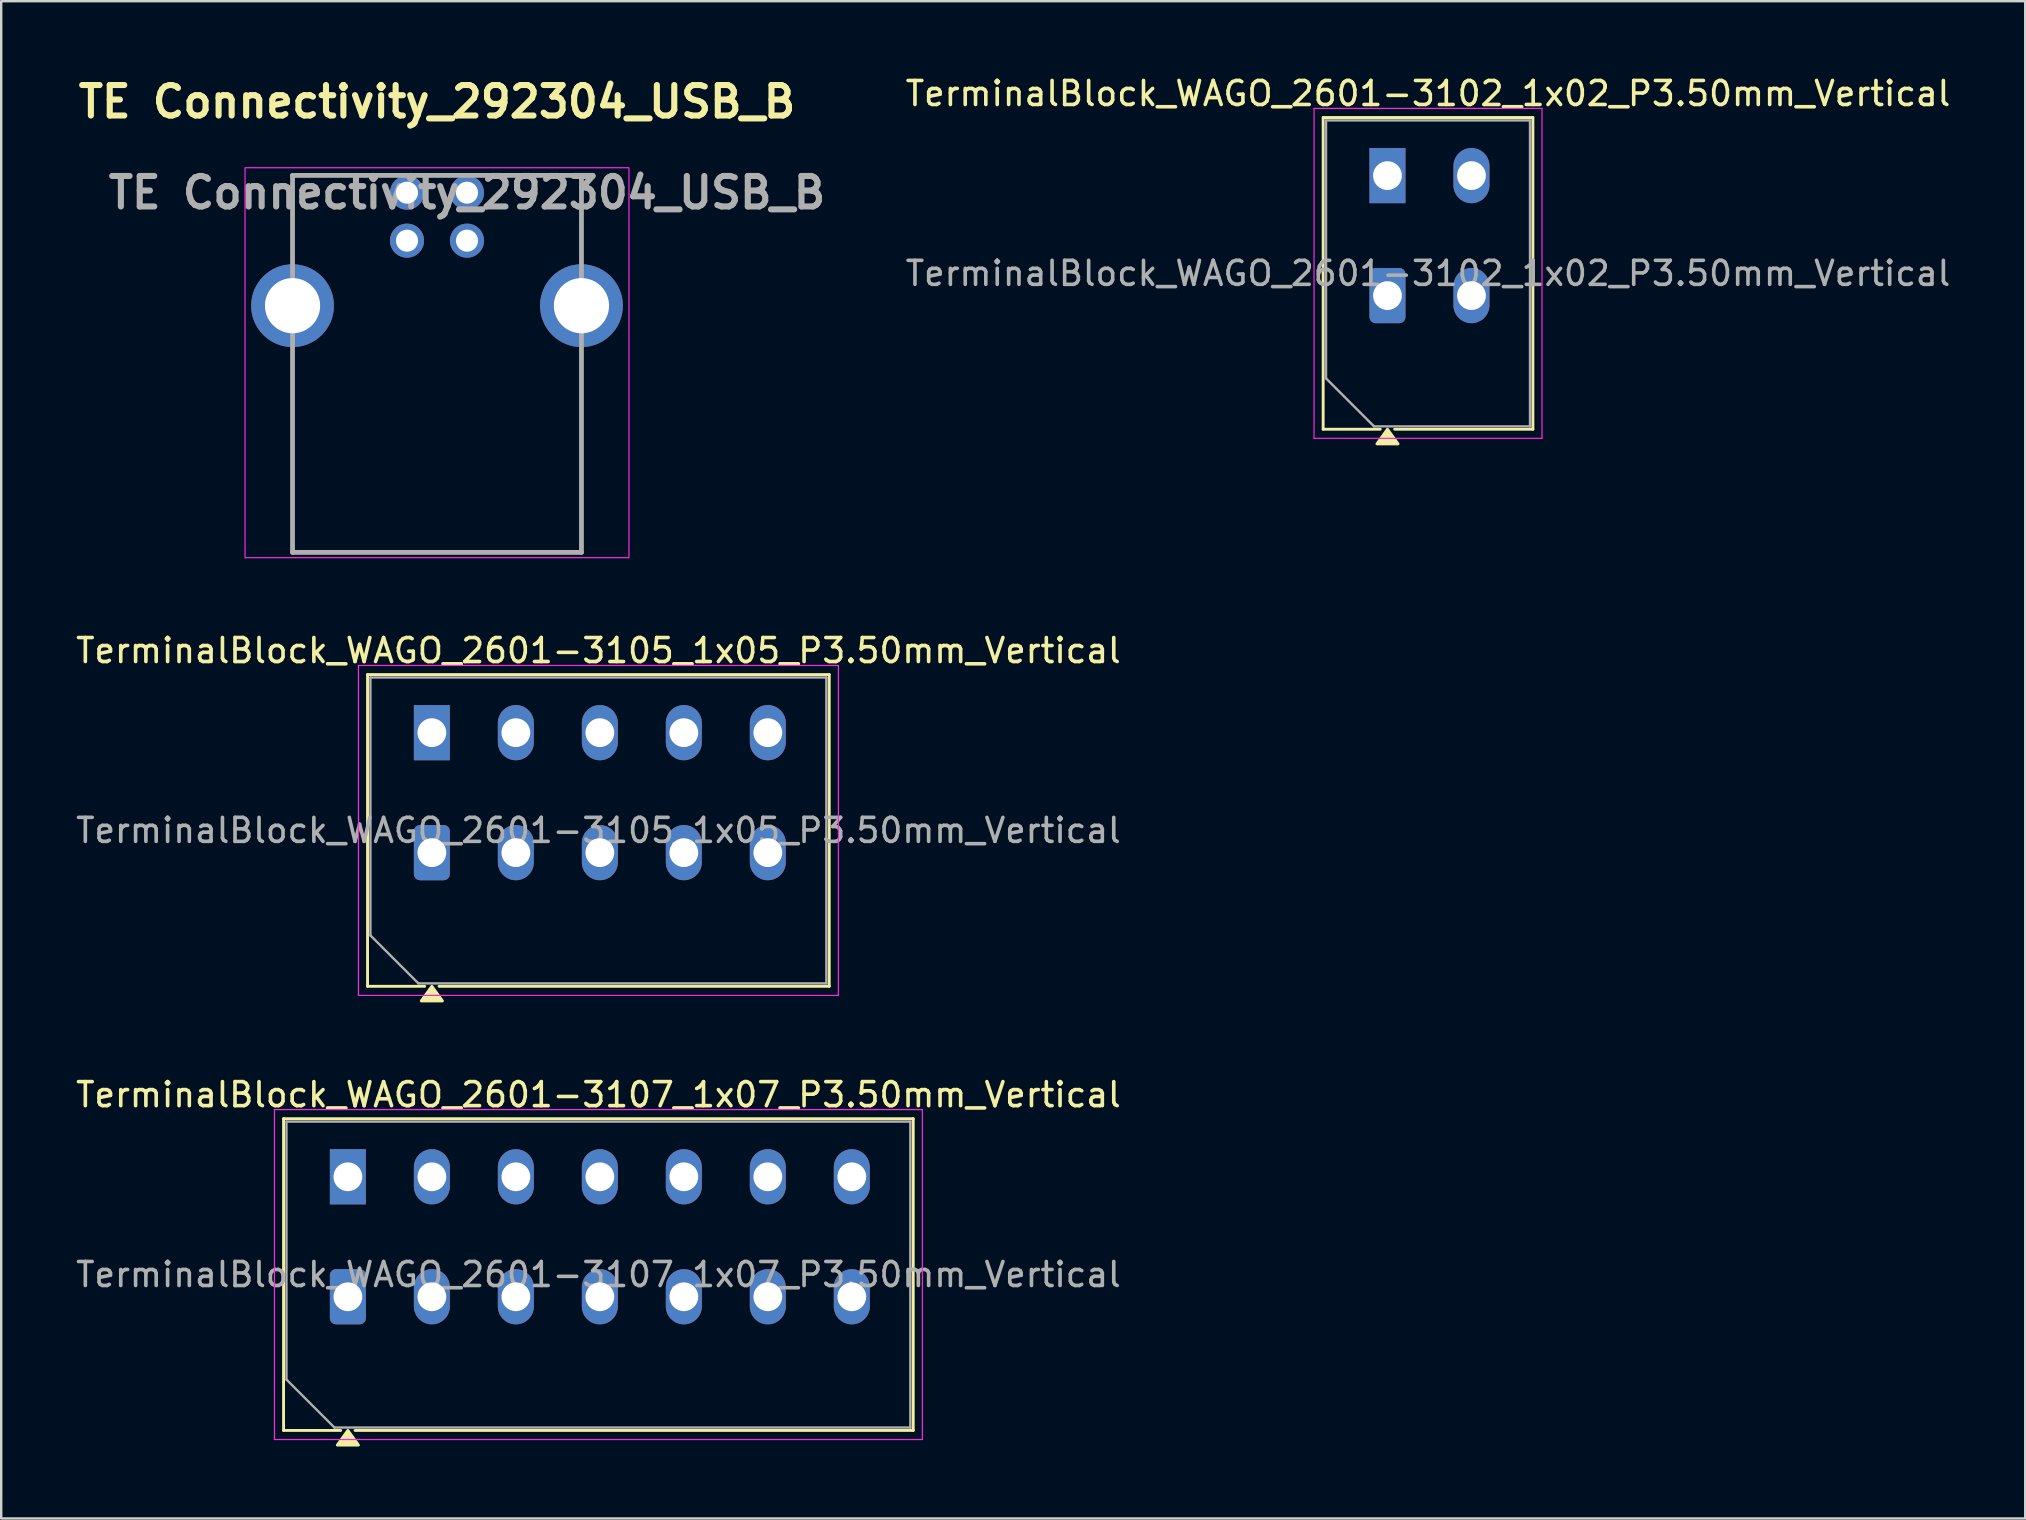
<source format=kicad_pcb>
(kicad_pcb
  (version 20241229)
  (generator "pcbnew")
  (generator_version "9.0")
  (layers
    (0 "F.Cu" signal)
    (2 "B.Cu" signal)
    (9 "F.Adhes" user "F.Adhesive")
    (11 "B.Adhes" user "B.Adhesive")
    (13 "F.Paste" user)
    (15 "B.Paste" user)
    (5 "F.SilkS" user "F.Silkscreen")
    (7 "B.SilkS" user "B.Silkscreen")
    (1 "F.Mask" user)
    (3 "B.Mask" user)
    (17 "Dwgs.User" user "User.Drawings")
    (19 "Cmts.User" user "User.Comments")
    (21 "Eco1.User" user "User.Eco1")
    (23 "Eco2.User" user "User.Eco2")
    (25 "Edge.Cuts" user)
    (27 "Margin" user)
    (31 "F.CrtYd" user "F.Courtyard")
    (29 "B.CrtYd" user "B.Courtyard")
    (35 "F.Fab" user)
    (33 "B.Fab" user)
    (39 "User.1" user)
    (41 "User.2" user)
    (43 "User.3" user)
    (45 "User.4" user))
  (footprint "TerminalBlock_WAGO_2601-3107_1x07_P3.50mm_Vertical"
    (layer "F.Cu")
    (at 11.447 50.99)
    (property "Reference" "TerminalBlock_WAGO_2601-3107_1x07_P3.50mm_Vertical" (at 10.44 -8.42 0) (layer "F.SilkS") (effects (font (size 1 1) (thickness 0.15))))
    (attr through_hole)
    (fp_line (start -2.68 -7.42) (end 23.56 -7.42) (stroke (width 0.12) (type solid)) (layer "F.SilkS"))
    (fp_line (start -2.68 5.57) (end -2.68 -7.42) (stroke (width 0.12) (type solid)) (layer "F.SilkS"))
    (fp_line (start -0.3 5.57) (end -2.68 5.57) (stroke (width 0.12) (type solid)) (layer "F.SilkS"))
    (fp_line (start 23.56 -7.42) (end 23.56 5.57) (stroke (width 0.12) (type solid)) (layer "F.SilkS"))
    (fp_line (start 23.56 5.57) (end 0.3 5.57) (stroke (width 0.12) (type solid)) (layer "F.SilkS"))
    (fp_poly (pts (xy 0 5.57) (xy 0.44 6.18) (xy -0.44 6.18)) (stroke (width 0.12) (type solid)) (fill yes) (layer "F.SilkS"))
    (fp_line (start -3.06 -7.8) (end -3.06 5.95) (stroke (width 0.05) (type solid)) (layer "F.CrtYd"))
    (fp_line (start -3.06 5.95) (end 23.94 5.95) (stroke (width 0.05) (type solid)) (layer "F.CrtYd"))
    (fp_line (start 23.94 -7.8) (end -3.06 -7.8) (stroke (width 0.05) (type solid)) (layer "F.CrtYd"))
    (fp_line (start 23.94 5.95) (end 23.94 -7.8) (stroke (width 0.05) (type solid)) (layer "F.CrtYd"))
    (fp_line (start -2.56 -7.3) (end 23.44 -7.3) (stroke (width 0.1) (type solid)) (layer "F.Fab"))
    (fp_line (start -2.56 3.45) (end -2.56 -7.3) (stroke (width 0.1) (type solid)) (layer "F.Fab"))
    (fp_line (start -0.56 5.45) (end -2.56 3.45) (stroke (width 0.1) (type solid)) (layer "F.Fab"))
    (fp_line (start 23.44 -7.3) (end 23.44 5.45) (stroke (width 0.1) (type solid)) (layer "F.Fab"))
    (fp_line (start 23.44 5.45) (end -0.56 5.45) (stroke (width 0.1) (type solid)) (layer "F.Fab"))
    (fp_text user "${REFERENCE}" (at 10.44 -0.925 0) (layer "F.Fab") (effects (font (size 1 1) (thickness 0.15))))
    (pad "1" thru_hole rect (at 0 -5) (size 1.5 2.3) (drill 1.2) (layers "*.Cu" "*.Mask"))
    (pad "1" thru_hole roundrect (at 0 0) (size 1.5 2.3) (drill 1.2) (layers "*.Cu" "*.Mask") (roundrect_rratio 0.167))
    (pad "2" thru_hole oval (at 3.5 -5) (size 1.5 2.3) (drill 1.2) (layers "*.Cu" "*.Mask"))
    (pad "2" thru_hole oval (at 3.5 0) (size 1.5 2.3) (drill 1.2) (layers "*.Cu" "*.Mask"))
    (pad "3" thru_hole oval (at 7 -5) (size 1.5 2.3) (drill 1.2) (layers "*.Cu" "*.Mask"))
    (pad "3" thru_hole oval (at 7 0) (size 1.5 2.3) (drill 1.2) (layers "*.Cu" "*.Mask"))
    (pad "4" thru_hole oval (at 10.5 -5) (size 1.5 2.3) (drill 1.2) (layers "*.Cu" "*.Mask"))
    (pad "4" thru_hole oval (at 10.5 0) (size 1.5 2.3) (drill 1.2) (layers "*.Cu" "*.Mask"))
    (pad "5" thru_hole oval (at 14 -5) (size 1.5 2.3) (drill 1.2) (layers "*.Cu" "*.Mask"))
    (pad "5" thru_hole oval (at 14 0) (size 1.5 2.3) (drill 1.2) (layers "*.Cu" "*.Mask"))
    (pad "6" thru_hole oval (at 17.5 -5) (size 1.5 2.3) (drill 1.2) (layers "*.Cu" "*.Mask"))
    (pad "6" thru_hole oval (at 17.5 0) (size 1.5 2.3) (drill 1.2) (layers "*.Cu" "*.Mask"))
    (pad "7" thru_hole oval (at 21 -5) (size 1.5 2.3) (drill 1.2) (layers "*.Cu" "*.Mask"))
    (pad "7" thru_hole oval (at 21 0) (size 1.5 2.3) (drill 1.2) (layers "*.Cu" "*.Mask")))
  (footprint "TerminalBlock_WAGO_2601-3102_1x02_P3.50mm_Vertical"
    (layer "F.Cu")
    (at 54.77 9.268)
    (property "Reference" "TerminalBlock_WAGO_2601-3102_1x02_P3.50mm_Vertical" (at 1.69 -8.42 0) (layer "F.SilkS") (effects (font (size 1 1) (thickness 0.15))))
    (attr through_hole)
    (fp_line (start -2.68 -7.42) (end 6.06 -7.42) (stroke (width 0.12) (type solid)) (layer "F.SilkS"))
    (fp_line (start -2.68 5.57) (end -2.68 -7.42) (stroke (width 0.12) (type solid)) (layer "F.SilkS"))
    (fp_line (start -0.3 5.57) (end -2.68 5.57) (stroke (width 0.12) (type solid)) (layer "F.SilkS"))
    (fp_line (start 6.06 -7.42) (end 6.06 5.57) (stroke (width 0.12) (type solid)) (layer "F.SilkS"))
    (fp_line (start 6.06 5.57) (end 0.3 5.57) (stroke (width 0.12) (type solid)) (layer "F.SilkS"))
    (fp_poly (pts (xy 0 5.57) (xy 0.44 6.18) (xy -0.44 6.18)) (stroke (width 0.12) (type solid)) (fill yes) (layer "F.SilkS"))
    (fp_line (start -3.06 -7.8) (end -3.06 5.95) (stroke (width 0.05) (type solid)) (layer "F.CrtYd"))
    (fp_line (start -3.06 5.95) (end 6.44 5.95) (stroke (width 0.05) (type solid)) (layer "F.CrtYd"))
    (fp_line (start 6.44 -7.8) (end -3.06 -7.8) (stroke (width 0.05) (type solid)) (layer "F.CrtYd"))
    (fp_line (start 6.44 5.95) (end 6.44 -7.8) (stroke (width 0.05) (type solid)) (layer "F.CrtYd"))
    (fp_line (start -2.56 -7.3) (end 5.94 -7.3) (stroke (width 0.1) (type solid)) (layer "F.Fab"))
    (fp_line (start -2.56 3.45) (end -2.56 -7.3) (stroke (width 0.1) (type solid)) (layer "F.Fab"))
    (fp_line (start -0.56 5.45) (end -2.56 3.45) (stroke (width 0.1) (type solid)) (layer "F.Fab"))
    (fp_line (start 5.94 -7.3) (end 5.94 5.45) (stroke (width 0.1) (type solid)) (layer "F.Fab"))
    (fp_line (start 5.94 5.45) (end -0.56 5.45) (stroke (width 0.1) (type solid)) (layer "F.Fab"))
    (fp_text user "${REFERENCE}" (at 1.69 -0.925 0) (layer "F.Fab") (effects (font (size 1 1) (thickness 0.15))))
    (pad "1" thru_hole rect (at 0 -5) (size 1.5 2.3) (drill 1.2) (layers "*.Cu" "*.Mask"))
    (pad "1" thru_hole roundrect (at 0 0) (size 1.5 2.3) (drill 1.2) (layers "*.Cu" "*.Mask") (roundrect_rratio 0.167))
    (pad "2" thru_hole oval (at 3.5 -5) (size 1.5 2.3) (drill 1.2) (layers "*.Cu" "*.Mask"))
    (pad "2" thru_hole oval (at 3.5 0) (size 1.5 2.3) (drill 1.2) (layers "*.Cu" "*.Mask")))
  (footprint "TE Connectivity_292304_USB_B"
    (layer "F.Cu")
    (at 15.161 9.689)
    (property "Reference" "TE Connectivity_292304_USB_B" (at 0 -8.5 0) (layer "F.SilkS") (effects (font (size 1.27 1.27) (thickness 0.254))))
    (attr through_hole)
    (fp_line (start -6.02 -5.43) (end -6.02 -2.2) (stroke (width 0.1) (type solid)) (layer "F.SilkS"))
    (fp_line (start -6.02 -5.43) (end -2 -5.43) (stroke (width 0.1) (type solid)) (layer "F.SilkS"))
    (fp_line (start -6.02 10.28) (end -6.02 2.2) (stroke (width 0.1) (type solid)) (layer "F.SilkS"))
    (fp_line (start -6.02 10.28) (end 6.02 10.28) (stroke (width 0.1) (type solid)) (layer "F.SilkS"))
    (fp_line (start 6.02 -5.43) (end 2 -5.43) (stroke (width 0.1) (type solid)) (layer "F.SilkS"))
    (fp_line (start 6.02 -5.43) (end 6.02 -2.2) (stroke (width 0.1) (type solid)) (layer "F.SilkS"))
    (fp_line (start 6.02 10.28) (end 6.02 2.2) (stroke (width 0.1) (type solid)) (layer "F.SilkS"))
    (fp_rect (start -8 -5.75) (end 8 10.5) (stroke (width 0.05) (type default)) (fill no) (layer "F.CrtYd"))
    (fp_line (start -6.02 -5.43) (end -6.02 10.28) (stroke (width 0.2) (type solid)) (layer "F.Fab"))
    (fp_line (start -6.02 10.28) (end 6.02 10.28) (stroke (width 0.2) (type solid)) (layer "F.Fab"))
    (fp_line (start 6.02 -5.43) (end -6.02 -5.43) (stroke (width 0.2) (type solid)) (layer "F.Fab"))
    (fp_line (start 6.02 10.28) (end 6.02 -5.43) (stroke (width 0.2) (type solid)) (layer "F.Fab"))
    (fp_text user "${REFERENCE}" (at 1.25 -4.71 0) (layer "F.Fab") (effects (font (size 1.27 1.27) (thickness 0.254))))
    (pad "1" thru_hole circle (at 1.25 -4.71) (size 1.42 1.42) (drill 0.92) (layers "*.Cu" "*.Mask"))
    (pad "2" thru_hole circle (at -1.25 -4.71) (size 1.42 1.42) (drill 0.92) (layers "*.Cu" "*.Mask"))
    (pad "3" thru_hole circle (at -1.25 -2.71) (size 1.42 1.42) (drill 0.92) (layers "*.Cu" "*.Mask"))
    (pad "4" thru_hole circle (at 1.25 -2.71) (size 1.42 1.42) (drill 0.92) (layers "*.Cu" "*.Mask"))
    (pad "5" thru_hole circle (at 6.02 0) (size 3.45 3.45) (drill 2.3) (layers "*.Cu" "*.Mask"))
    (pad "6" thru_hole circle (at -6.02 0) (size 3.45 3.45) (drill 2.3) (layers "*.Cu" "*.Mask")))
  (footprint "TerminalBlock_WAGO_2601-3105_1x05_P3.50mm_Vertical"
    (layer "F.Cu")
    (at 14.947 32.482)
    (property "Reference" "TerminalBlock_WAGO_2601-3105_1x05_P3.50mm_Vertical" (at 6.94 -8.42 0) (layer "F.SilkS") (effects (font (size 1 1) (thickness 0.15))))
    (attr through_hole)
    (fp_line (start -2.68 -7.42) (end 16.56 -7.42) (stroke (width 0.12) (type solid)) (layer "F.SilkS"))
    (fp_line (start -2.68 5.57) (end -2.68 -7.42) (stroke (width 0.12) (type solid)) (layer "F.SilkS"))
    (fp_line (start -0.3 5.57) (end -2.68 5.57) (stroke (width 0.12) (type solid)) (layer "F.SilkS"))
    (fp_line (start 16.56 -7.42) (end 16.56 5.57) (stroke (width 0.12) (type solid)) (layer "F.SilkS"))
    (fp_line (start 16.56 5.57) (end 0.3 5.57) (stroke (width 0.12) (type solid)) (layer "F.SilkS"))
    (fp_poly (pts (xy 0 5.57) (xy 0.44 6.18) (xy -0.44 6.18)) (stroke (width 0.12) (type solid)) (fill yes) (layer "F.SilkS"))
    (fp_line (start -3.06 -7.8) (end -3.06 5.95) (stroke (width 0.05) (type solid)) (layer "F.CrtYd"))
    (fp_line (start -3.06 5.95) (end 16.94 5.95) (stroke (width 0.05) (type solid)) (layer "F.CrtYd"))
    (fp_line (start 16.94 -7.8) (end -3.06 -7.8) (stroke (width 0.05) (type solid)) (layer "F.CrtYd"))
    (fp_line (start 16.94 5.95) (end 16.94 -7.8) (stroke (width 0.05) (type solid)) (layer "F.CrtYd"))
    (fp_line (start -2.56 -7.3) (end 16.44 -7.3) (stroke (width 0.1) (type solid)) (layer "F.Fab"))
    (fp_line (start -2.56 3.45) (end -2.56 -7.3) (stroke (width 0.1) (type solid)) (layer "F.Fab"))
    (fp_line (start -0.56 5.45) (end -2.56 3.45) (stroke (width 0.1) (type solid)) (layer "F.Fab"))
    (fp_line (start 16.44 -7.3) (end 16.44 5.45) (stroke (width 0.1) (type solid)) (layer "F.Fab"))
    (fp_line (start 16.44 5.45) (end -0.56 5.45) (stroke (width 0.1) (type solid)) (layer "F.Fab"))
    (fp_text user "${REFERENCE}" (at 6.94 -0.925 0) (layer "F.Fab") (effects (font (size 1 1) (thickness 0.15))))
    (pad "1" thru_hole rect (at 0 -5) (size 1.5 2.3) (drill 1.2) (layers "*.Cu" "*.Mask"))
    (pad "1" thru_hole roundrect (at 0 0) (size 1.5 2.3) (drill 1.2) (layers "*.Cu" "*.Mask") (roundrect_rratio 0.167))
    (pad "2" thru_hole oval (at 3.5 -5) (size 1.5 2.3) (drill 1.2) (layers "*.Cu" "*.Mask"))
    (pad "2" thru_hole oval (at 3.5 0) (size 1.5 2.3) (drill 1.2) (layers "*.Cu" "*.Mask"))
    (pad "3" thru_hole oval (at 7 -5) (size 1.5 2.3) (drill 1.2) (layers "*.Cu" "*.Mask"))
    (pad "3" thru_hole oval (at 7 0) (size 1.5 2.3) (drill 1.2) (layers "*.Cu" "*.Mask"))
    (pad "4" thru_hole oval (at 10.5 -5) (size 1.5 2.3) (drill 1.2) (layers "*.Cu" "*.Mask"))
    (pad "4" thru_hole oval (at 10.5 0) (size 1.5 2.3) (drill 1.2) (layers "*.Cu" "*.Mask"))
    (pad "5" thru_hole oval (at 14 -5) (size 1.5 2.3) (drill 1.2) (layers "*.Cu" "*.Mask"))
    (pad "5" thru_hole oval (at 14 0) (size 1.5 2.3) (drill 1.2) (layers "*.Cu" "*.Mask")))
  (gr_rect
    (start -3 -3)
    (end 81.347 60.23)
    (stroke (width 0.1) (type default))
    (fill no)
    (layer "Edge.Cuts")))
</source>
